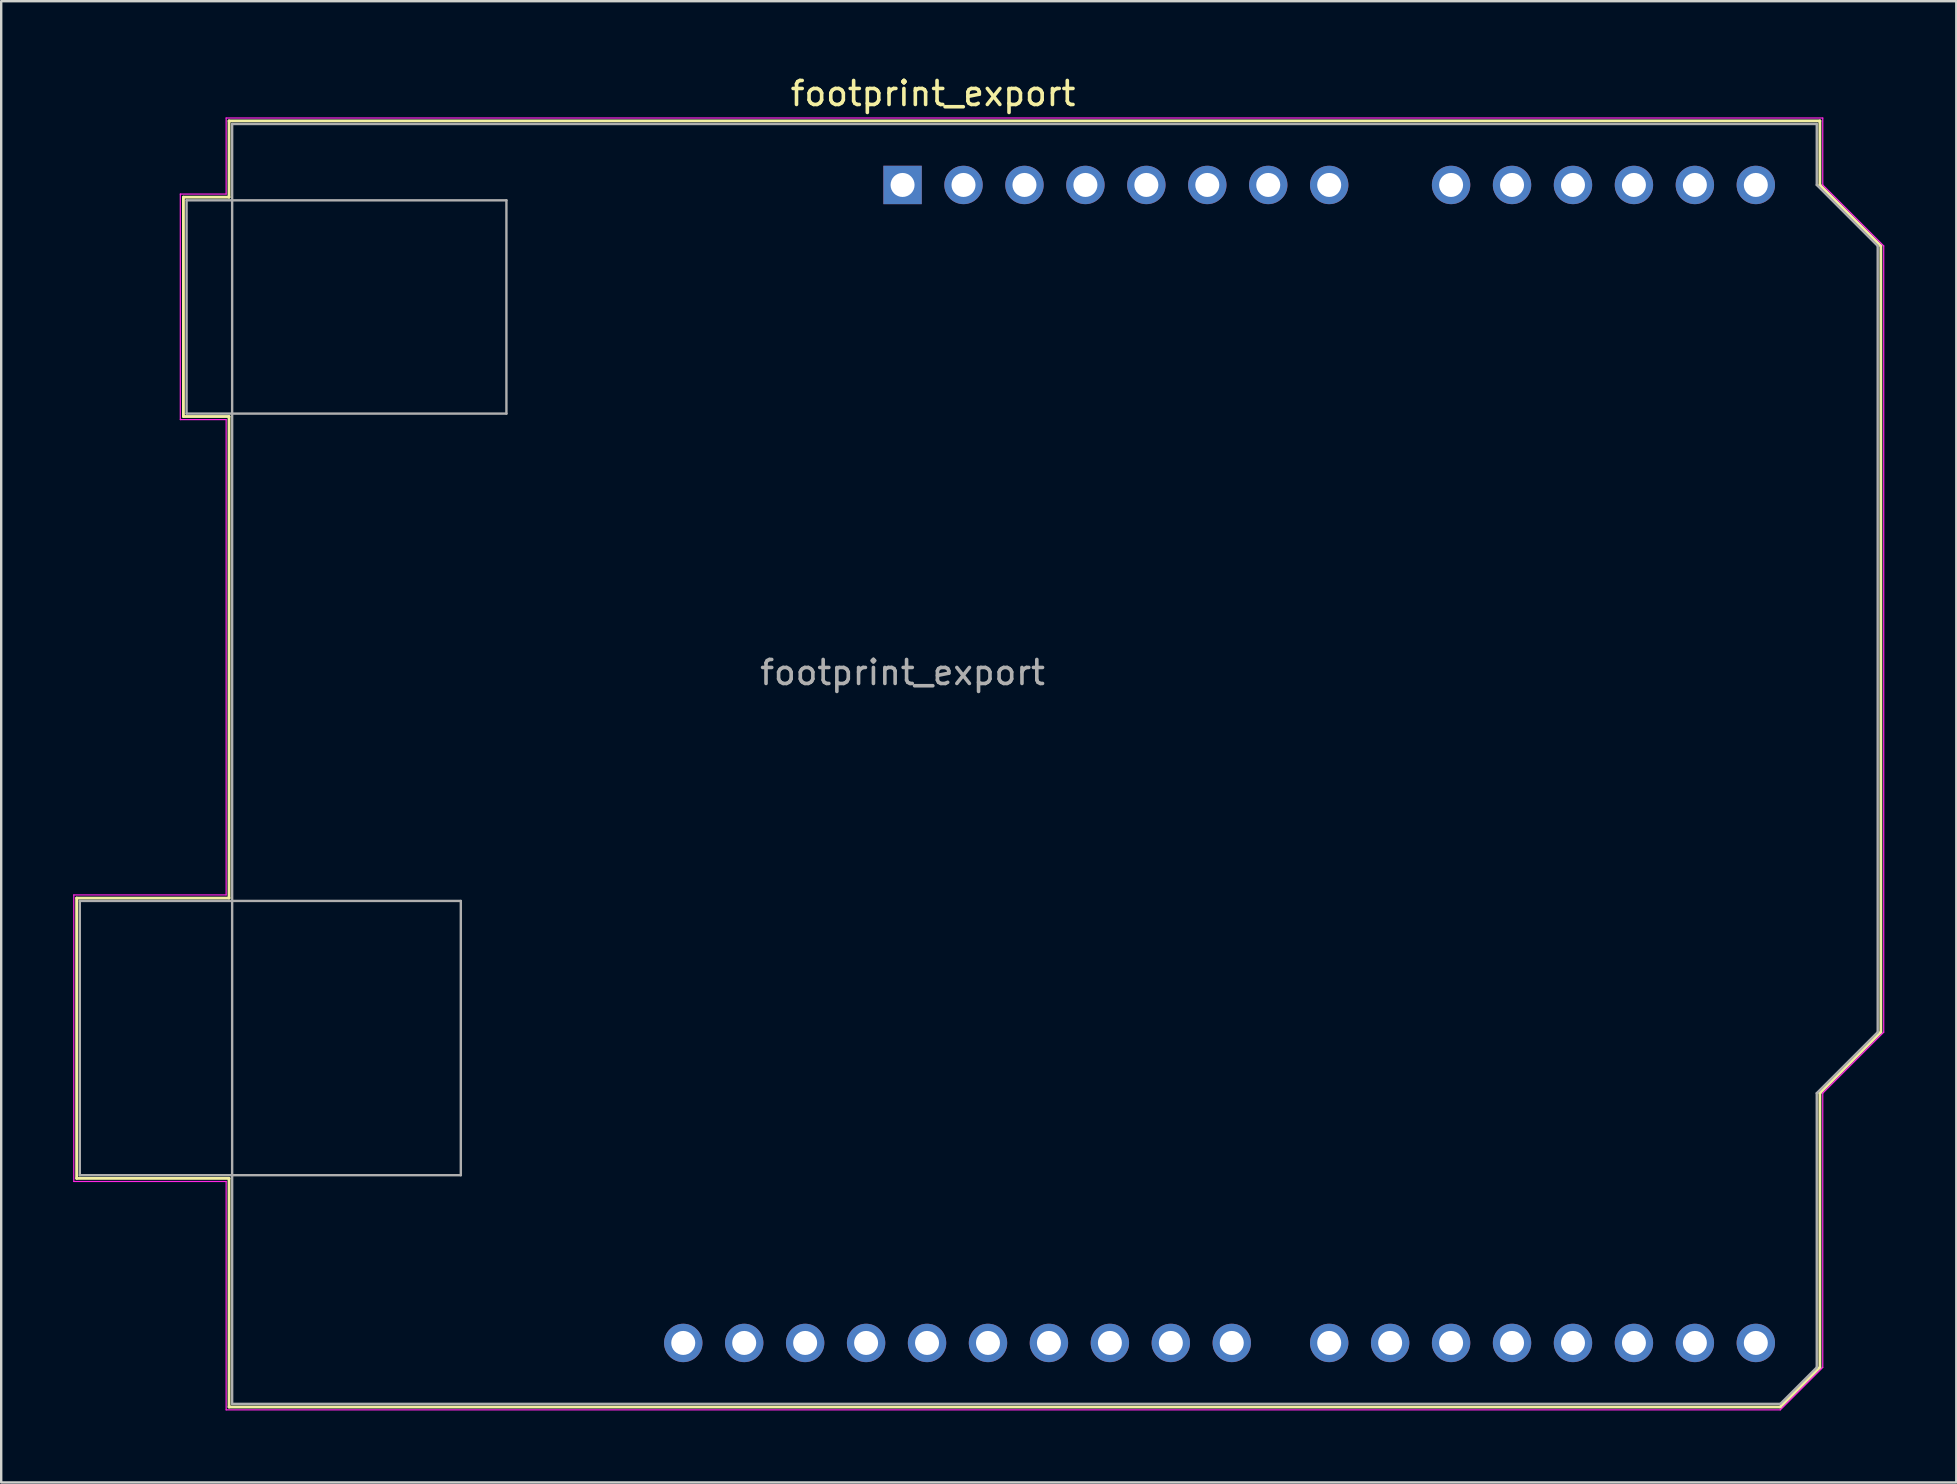
<source format=kicad_pcb>
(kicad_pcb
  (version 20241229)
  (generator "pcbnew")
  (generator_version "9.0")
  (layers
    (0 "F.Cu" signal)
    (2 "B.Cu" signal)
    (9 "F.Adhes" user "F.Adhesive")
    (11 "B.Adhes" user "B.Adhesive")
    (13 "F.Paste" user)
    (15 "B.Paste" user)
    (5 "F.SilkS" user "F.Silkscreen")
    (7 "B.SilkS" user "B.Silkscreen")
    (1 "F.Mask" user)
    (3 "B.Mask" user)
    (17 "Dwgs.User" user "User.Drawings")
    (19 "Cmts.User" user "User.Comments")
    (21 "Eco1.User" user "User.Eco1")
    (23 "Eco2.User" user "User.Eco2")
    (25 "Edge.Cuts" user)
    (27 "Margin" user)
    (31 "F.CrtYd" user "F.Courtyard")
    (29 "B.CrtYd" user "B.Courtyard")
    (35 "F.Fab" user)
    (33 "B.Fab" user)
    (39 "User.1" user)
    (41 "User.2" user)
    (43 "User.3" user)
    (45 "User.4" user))
  (footprint "footprint_export"
    (layer "F.Cu")
    (at 34.565 4.658)
    (property "Reference" "footprint_export" (at 1.27 -3.81 180) (layer "F.SilkS") (effects (font (size 1 1) (thickness 0.15))))
    (attr through_hole)
    (fp_line (start -34.42 29.72) (end -34.42 41.4) (stroke (width 0.12) (type solid)) (layer "F.SilkS"))
    (fp_line (start -34.42 41.4) (end -28.07 41.4) (stroke (width 0.12) (type solid)) (layer "F.SilkS"))
    (fp_line (start -29.97 0.51) (end -29.97 9.65) (stroke (width 0.12) (type solid)) (layer "F.SilkS"))
    (fp_line (start -29.97 9.65) (end -28.07 9.65) (stroke (width 0.12) (type solid)) (layer "F.SilkS"))
    (fp_line (start -28.07 -2.67) (end -28.07 0.51) (stroke (width 0.12) (type solid)) (layer "F.SilkS"))
    (fp_line (start -28.07 0.51) (end -29.97 0.51) (stroke (width 0.12) (type solid)) (layer "F.SilkS"))
    (fp_line (start -28.07 9.65) (end -28.07 29.72) (stroke (width 0.12) (type solid)) (layer "F.SilkS"))
    (fp_line (start -28.07 29.72) (end -34.42 29.72) (stroke (width 0.12) (type solid)) (layer "F.SilkS"))
    (fp_line (start -28.07 41.4) (end -28.07 50.93) (stroke (width 0.12) (type solid)) (layer "F.SilkS"))
    (fp_line (start -28.07 50.93) (end 36.58 50.93) (stroke (width 0.12) (type solid)) (layer "F.SilkS"))
    (fp_line (start 36.58 50.93) (end 38.23 49.28) (stroke (width 0.12) (type solid)) (layer "F.SilkS"))
    (fp_line (start 38.23 -2.67) (end -28.07 -2.67) (stroke (width 0.12) (type solid)) (layer "F.SilkS"))
    (fp_line (start 38.23 0) (end 38.23 -2.67) (stroke (width 0.12) (type solid)) (layer "F.SilkS"))
    (fp_line (start 38.23 37.85) (end 40.77 35.31) (stroke (width 0.12) (type solid)) (layer "F.SilkS"))
    (fp_line (start 38.23 49.28) (end 38.23 37.85) (stroke (width 0.12) (type solid)) (layer "F.SilkS"))
    (fp_line (start 40.77 2.54) (end 38.23 0) (stroke (width 0.12) (type solid)) (layer "F.SilkS"))
    (fp_line (start 40.77 35.31) (end 40.77 2.54) (stroke (width 0.12) (type solid)) (layer "F.SilkS"))
    (fp_line (start -34.54 29.59) (end -28.19 29.59) (stroke (width 0.05) (type solid)) (layer "F.CrtYd"))
    (fp_line (start -34.54 41.53) (end -34.54 29.59) (stroke (width 0.05) (type solid)) (layer "F.CrtYd"))
    (fp_line (start -30.1 0.38) (end -28.19 0.38) (stroke (width 0.05) (type solid)) (layer "F.CrtYd"))
    (fp_line (start -30.1 9.78) (end -30.1 0.38) (stroke (width 0.05) (type solid)) (layer "F.CrtYd"))
    (fp_line (start -28.19 -2.79) (end 38.35 -2.79) (stroke (width 0.05) (type solid)) (layer "F.CrtYd"))
    (fp_line (start -28.19 0.38) (end -28.19 -2.79) (stroke (width 0.05) (type solid)) (layer "F.CrtYd"))
    (fp_line (start -28.19 9.78) (end -30.1 9.78) (stroke (width 0.05) (type solid)) (layer "F.CrtYd"))
    (fp_line (start -28.19 29.59) (end -28.19 9.78) (stroke (width 0.05) (type solid)) (layer "F.CrtYd"))
    (fp_line (start -28.19 41.53) (end -34.54 41.53) (stroke (width 0.05) (type solid)) (layer "F.CrtYd"))
    (fp_line (start -28.19 51.05) (end -28.19 41.53) (stroke (width 0.05) (type solid)) (layer "F.CrtYd"))
    (fp_line (start 36.58 51.05) (end -28.19 51.05) (stroke (width 0.05) (type solid)) (layer "F.CrtYd"))
    (fp_line (start 38.35 -2.79) (end 38.35 0) (stroke (width 0.05) (type solid)) (layer "F.CrtYd"))
    (fp_line (start 38.35 0) (end 40.89 2.54) (stroke (width 0.05) (type solid)) (layer "F.CrtYd"))
    (fp_line (start 38.35 37.85) (end 38.35 49.28) (stroke (width 0.05) (type solid)) (layer "F.CrtYd"))
    (fp_line (start 38.35 49.28) (end 36.58 51.05) (stroke (width 0.05) (type solid)) (layer "F.CrtYd"))
    (fp_line (start 40.89 2.54) (end 40.89 35.31) (stroke (width 0.05) (type solid)) (layer "F.CrtYd"))
    (fp_line (start 40.89 35.31) (end 38.35 37.85) (stroke (width 0.05) (type solid)) (layer "F.CrtYd"))
    (fp_line (start -34.29 29.84) (end -18.41 29.84) (stroke (width 0.1) (type solid)) (layer "F.Fab"))
    (fp_line (start -34.29 41.27) (end -34.29 29.84) (stroke (width 0.1) (type solid)) (layer "F.Fab"))
    (fp_line (start -29.84 0.64) (end -16.51 0.64) (stroke (width 0.1) (type solid)) (layer "F.Fab"))
    (fp_line (start -29.84 9.53) (end -29.84 0.64) (stroke (width 0.1) (type solid)) (layer "F.Fab"))
    (fp_line (start -27.94 -2.54) (end 38.1 -2.54) (stroke (width 0.1) (type solid)) (layer "F.Fab"))
    (fp_line (start -27.94 50.8) (end -27.94 -2.54) (stroke (width 0.1) (type solid)) (layer "F.Fab"))
    (fp_line (start -18.41 29.84) (end -18.41 41.27) (stroke (width 0.1) (type solid)) (layer "F.Fab"))
    (fp_line (start -18.41 41.27) (end -34.29 41.27) (stroke (width 0.1) (type solid)) (layer "F.Fab"))
    (fp_line (start -16.51 0.64) (end -16.51 9.53) (stroke (width 0.1) (type solid)) (layer "F.Fab"))
    (fp_line (start -16.51 9.53) (end -29.84 9.53) (stroke (width 0.1) (type solid)) (layer "F.Fab"))
    (fp_line (start 36.58 50.8) (end -27.94 50.8) (stroke (width 0.1) (type solid)) (layer "F.Fab"))
    (fp_line (start 38.1 -2.54) (end 38.1 0) (stroke (width 0.1) (type solid)) (layer "F.Fab"))
    (fp_line (start 38.1 0) (end 40.64 2.54) (stroke (width 0.1) (type solid)) (layer "F.Fab"))
    (fp_line (start 38.1 37.85) (end 38.1 49.28) (stroke (width 0.1) (type solid)) (layer "F.Fab"))
    (fp_line (start 38.1 49.28) (end 36.58 50.8) (stroke (width 0.1) (type solid)) (layer "F.Fab"))
    (fp_line (start 40.64 2.54) (end 40.64 35.31) (stroke (width 0.1) (type solid)) (layer "F.Fab"))
    (fp_line (start 40.64 35.31) (end 38.1 37.85) (stroke (width 0.1) (type solid)) (layer "F.Fab"))
    (fp_text user "${REFERENCE}" (at 0 20.32 180) (layer "F.Fab") (effects (font (size 1 1) (thickness 0.15))))
    (pad "1" thru_hole rect (at 0 0 90) (size 1.6 1.6) (drill 1) (layers "*.Cu" "*.Mask"))
    (pad "2" thru_hole oval (at 2.54 0 90) (size 1.6 1.6) (drill 1) (layers "*.Cu" "*.Mask"))
    (pad "3" thru_hole oval (at 5.08 0 90) (size 1.6 1.6) (drill 1) (layers "*.Cu" "*.Mask"))
    (pad "4" thru_hole oval (at 7.62 0 90) (size 1.6 1.6) (drill 1) (layers "*.Cu" "*.Mask"))
    (pad "5" thru_hole oval (at 10.16 0 90) (size 1.6 1.6) (drill 1) (layers "*.Cu" "*.Mask"))
    (pad "6" thru_hole oval (at 12.7 0 90) (size 1.6 1.6) (drill 1) (layers "*.Cu" "*.Mask"))
    (pad "7" thru_hole oval (at 15.24 0 90) (size 1.6 1.6) (drill 1) (layers "*.Cu" "*.Mask"))
    (pad "8" thru_hole oval (at 17.78 0 90) (size 1.6 1.6) (drill 1) (layers "*.Cu" "*.Mask"))
    (pad "9" thru_hole oval (at 22.86 0 90) (size 1.6 1.6) (drill 1) (layers "*.Cu" "*.Mask"))
    (pad "10" thru_hole oval (at 25.4 0 90) (size 1.6 1.6) (drill 1) (layers "*.Cu" "*.Mask"))
    (pad "11" thru_hole oval (at 27.94 0 90) (size 1.6 1.6) (drill 1) (layers "*.Cu" "*.Mask"))
    (pad "12" thru_hole oval (at 30.48 0 90) (size 1.6 1.6) (drill 1) (layers "*.Cu" "*.Mask"))
    (pad "13" thru_hole oval (at 33.02 0 90) (size 1.6 1.6) (drill 1) (layers "*.Cu" "*.Mask"))
    (pad "14" thru_hole oval (at 35.56 0 90) (size 1.6 1.6) (drill 1) (layers "*.Cu" "*.Mask"))
    (pad "15" thru_hole oval (at 35.56 48.26 90) (size 1.6 1.6) (drill 1) (layers "*.Cu" "*.Mask"))
    (pad "16" thru_hole oval (at 33.02 48.26 90) (size 1.6 1.6) (drill 1) (layers "*.Cu" "*.Mask"))
    (pad "17" thru_hole oval (at 30.48 48.26 90) (size 1.6 1.6) (drill 1) (layers "*.Cu" "*.Mask"))
    (pad "18" thru_hole oval (at 27.94 48.26 90) (size 1.6 1.6) (drill 1) (layers "*.Cu" "*.Mask"))
    (pad "19" thru_hole oval (at 25.4 48.26 90) (size 1.6 1.6) (drill 1) (layers "*.Cu" "*.Mask"))
    (pad "20" thru_hole oval (at 22.86 48.26 90) (size 1.6 1.6) (drill 1) (layers "*.Cu" "*.Mask"))
    (pad "21" thru_hole oval (at 20.32 48.26 90) (size 1.6 1.6) (drill 1) (layers "*.Cu" "*.Mask"))
    (pad "22" thru_hole oval (at 17.78 48.26 90) (size 1.6 1.6) (drill 1) (layers "*.Cu" "*.Mask"))
    (pad "23" thru_hole oval (at 13.72 48.26 90) (size 1.6 1.6) (drill 1) (layers "*.Cu" "*.Mask"))
    (pad "24" thru_hole oval (at 11.18 48.26 90) (size 1.6 1.6) (drill 1) (layers "*.Cu" "*.Mask"))
    (pad "25" thru_hole oval (at 8.64 48.26 90) (size 1.6 1.6) (drill 1) (layers "*.Cu" "*.Mask"))
    (pad "26" thru_hole oval (at 6.1 48.26 90) (size 1.6 1.6) (drill 1) (layers "*.Cu" "*.Mask"))
    (pad "27" thru_hole oval (at 3.56 48.26 90) (size 1.6 1.6) (drill 1) (layers "*.Cu" "*.Mask"))
    (pad "28" thru_hole oval (at 1.02 48.26 90) (size 1.6 1.6) (drill 1) (layers "*.Cu" "*.Mask"))
    (pad "29" thru_hole oval (at -1.52 48.26 90) (size 1.6 1.6) (drill 1) (layers "*.Cu" "*.Mask"))
    (pad "30" thru_hole oval (at -4.06 48.26 90) (size 1.6 1.6) (drill 1) (layers "*.Cu" "*.Mask"))
    (pad "31" thru_hole oval (at -6.6 48.26 90) (size 1.6 1.6) (drill 1) (layers "*.Cu" "*.Mask"))
    (pad "32" thru_hole oval (at -9.14 48.26 90) (size 1.6 1.6) (drill 1) (layers "*.Cu" "*.Mask")))
  (gr_rect
    (start -3 -3)
    (end 78.48 58.733)
    (stroke (width 0.1) (type default))
    (fill no)
    (layer "Edge.Cuts")))
</source>
